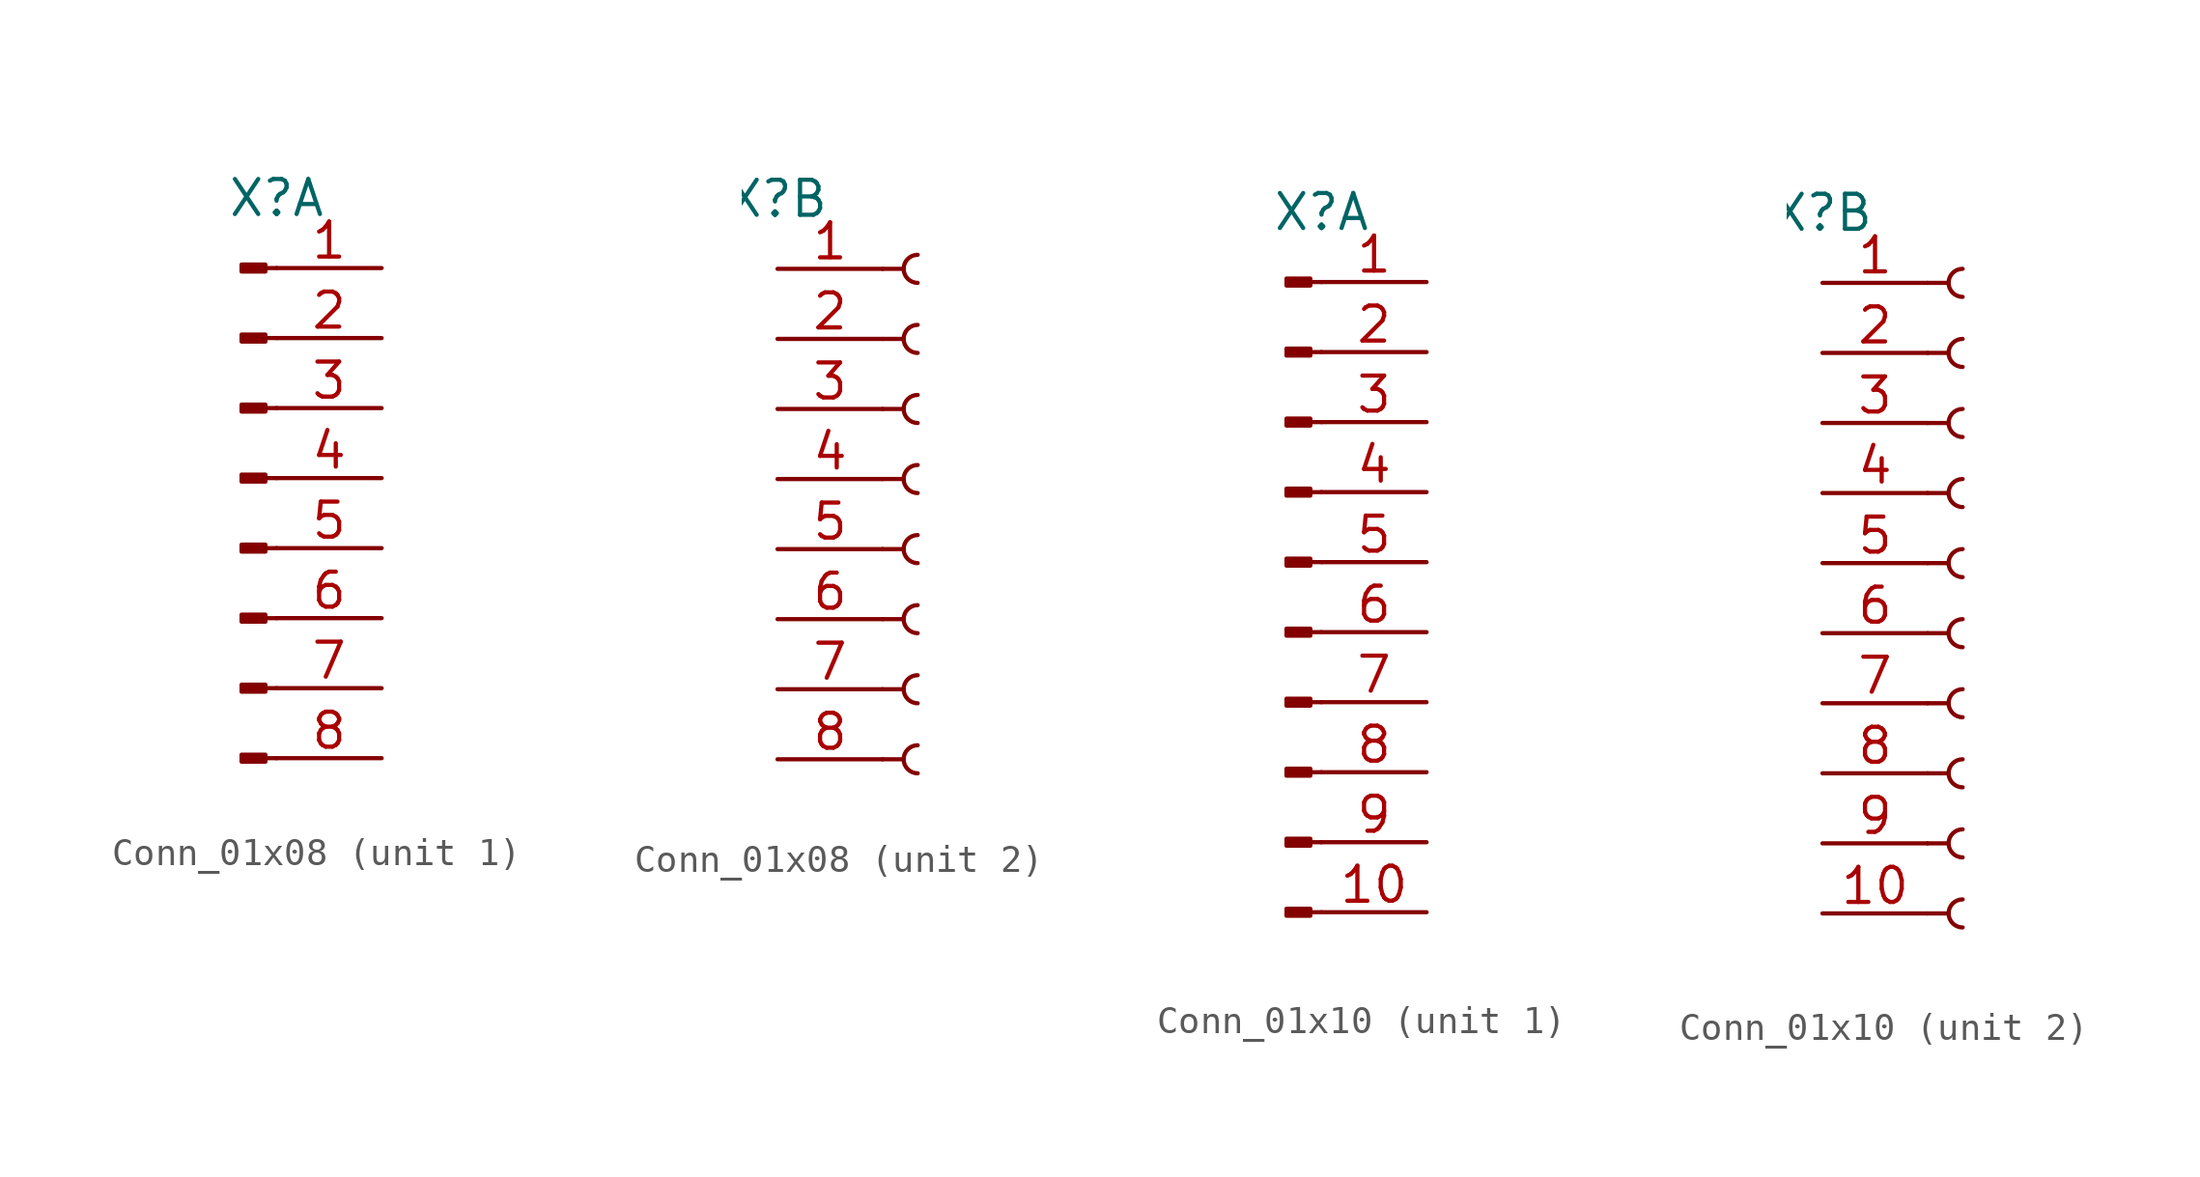
<source format=kicad_sym>
(kicad_symbol_lib
  (version 20241209)
  (generator "kicad_symbol_editor")
  (generator_version "9.0")
  (symbol "Conn_01x08"
    (pin_names
      (offset 1.016)
      (hide yes))
    (property "Reference" "X"
      (at 0 10.16 0)
      (do_not_autoplace)
      (effects (font (size 1.27 1.27))))
    (property "ki_locked" ""
      (at 0 0 0)
      (effects (font (size 1.27 1.27))))
    (symbol "Conn_01x08_1_1"
      (rectangle (start -0.406 7.747) (end -1.27 7.493) (stroke (width 0.152) (type default)) (fill (type outline)))
      (rectangle (start -0.406 5.207) (end -1.27 4.953) (stroke (width 0.152) (type default)) (fill (type outline)))
      (rectangle (start -0.406 2.667) (end -1.27 2.413) (stroke (width 0.152) (type default)) (fill (type outline)))
      (rectangle (start -0.406 0.127) (end -1.27 -0.127) (stroke (width 0.152) (type default)) (fill (type outline)))
      (rectangle (start -0.406 -2.413) (end -1.27 -2.667) (stroke (width 0.152) (type default)) (fill (type outline)))
      (rectangle (start -0.406 -4.953) (end -1.27 -5.207) (stroke (width 0.152) (type default)) (fill (type outline)))
      (rectangle (start -0.406 -7.493) (end -1.27 -7.747) (stroke (width 0.152) (type default)) (fill (type outline)))
      (rectangle (start -0.406 -10.033) (end -1.27 -10.287) (stroke (width 0.152) (type default)) (fill (type outline)))
      (polyline (pts (xy 0 7.62) (xy -0.406 7.62)) (stroke (width 0.152) (type default)) (fill (type none)))
      (polyline (pts (xy 0 5.08) (xy -0.406 5.08)) (stroke (width 0.152) (type default)) (fill (type none)))
      (polyline (pts (xy 0 2.54) (xy -0.406 2.54)) (stroke (width 0.152) (type default)) (fill (type none)))
      (polyline (pts (xy 0 0) (xy -0.406 0)) (stroke (width 0.152) (type default)) (fill (type none)))
      (polyline (pts (xy 0 -2.54) (xy -0.406 -2.54)) (stroke (width 0.152) (type default)) (fill (type none)))
      (polyline (pts (xy 0 -5.08) (xy -0.406 -5.08)) (stroke (width 0.152) (type default)) (fill (type none)))
      (polyline (pts (xy 0 -7.62) (xy -0.406 -7.62)) (stroke (width 0.152) (type default)) (fill (type none)))
      (polyline (pts (xy 0 -10.16) (xy -0.406 -10.16)) (stroke (width 0.152) (type default)) (fill (type none)))
      (pin passive line (at 3.81 7.62 180) (length 3.81) (name "Pin_1" (effects (font (size 1.27 1.27)))) (number "1" (effects (font (size 1.27 1.27)))))
      (pin passive line (at 3.81 5.08 180) (length 3.81) (name "Pin_2" (effects (font (size 1.27 1.27)))) (number "2" (effects (font (size 1.27 1.27)))))
      (pin passive line (at 3.81 2.54 180) (length 3.81) (name "Pin_3" (effects (font (size 1.27 1.27)))) (number "3" (effects (font (size 1.27 1.27)))))
      (pin passive line (at 3.81 0 180) (length 3.81) (name "Pin_4" (effects (font (size 1.27 1.27)))) (number "4" (effects (font (size 1.27 1.27)))))
      (pin passive line (at 3.81 -2.54 180) (length 3.81) (name "Pin_5" (effects (font (size 1.27 1.27)))) (number "5" (effects (font (size 1.27 1.27)))))
      (pin passive line (at 3.81 -5.08 180) (length 3.81) (name "Pin_6" (effects (font (size 1.27 1.27)))) (number "6" (effects (font (size 1.27 1.27)))))
      (pin passive line (at 3.81 -7.62 180) (length 3.81) (name "Pin_7" (effects (font (size 1.27 1.27)))) (number "7" (effects (font (size 1.27 1.27)))))
      (pin passive line (at 3.81 -10.16 180) (length 3.81) (name "Pin_8" (effects (font (size 1.27 1.27)))) (number "8" (effects (font (size 1.27 1.27))))))
    (symbol "Conn_01x08_2_1"
      (polyline (pts (xy 3.81 7.62) (xy 4.572 7.62)) (stroke (width 0.152) (type default)) (fill (type none)))
      (polyline (pts (xy 3.81 5.08) (xy 4.572 5.08)) (stroke (width 0.152) (type default)) (fill (type none)))
      (polyline (pts (xy 3.81 2.54) (xy 4.572 2.54)) (stroke (width 0.152) (type default)) (fill (type none)))
      (polyline (pts (xy 3.81 0) (xy 4.572 0)) (stroke (width 0.152) (type default)) (fill (type none)))
      (polyline (pts (xy 3.81 -2.54) (xy 4.572 -2.54)) (stroke (width 0.152) (type default)) (fill (type none)))
      (polyline (pts (xy 3.81 -5.08) (xy 4.572 -5.08)) (stroke (width 0.152) (type default)) (fill (type none)))
      (polyline (pts (xy 3.81 -7.62) (xy 4.572 -7.62)) (stroke (width 0.152) (type default)) (fill (type none)))
      (polyline (pts (xy 3.81 -10.16) (xy 4.572 -10.16)) (stroke (width 0.152) (type default)) (fill (type none)))
      (arc (start 5.08 7.112) (mid 4.5742 7.62) (end 5.08 8.128) (stroke (width 0.1524) (type default)) (fill (type none)))
      (arc (start 5.08 4.572) (mid 4.5742 5.08) (end 5.08 5.588) (stroke (width 0.1524) (type default)) (fill (type none)))
      (arc (start 5.08 2.032) (mid 4.5742 2.54) (end 5.08 3.048) (stroke (width 0.1524) (type default)) (fill (type none)))
      (arc (start 5.08 -0.508) (mid 4.5742 0) (end 5.08 0.508) (stroke (width 0.1524) (type default)) (fill (type none)))
      (arc (start 5.08 -3.048) (mid 4.5742 -2.54) (end 5.08 -2.032) (stroke (width 0.1524) (type default)) (fill (type none)))
      (arc (start 5.08 -5.588) (mid 4.5742 -5.08) (end 5.08 -4.572) (stroke (width 0.1524) (type default)) (fill (type none)))
      (arc (start 5.08 -8.128) (mid 4.5742 -7.62) (end 5.08 -7.112) (stroke (width 0.1524) (type default)) (fill (type none)))
      (arc (start 5.08 -10.668) (mid 4.5742 -10.16) (end 5.08 -9.652) (stroke (width 0.1524) (type default)) (fill (type none)))
      (pin passive line (at 0 7.62 0) (length 3.81) (name "Pin_1" (effects (font (size 1.27 1.27)))) (number "1" (effects (font (size 1.27 1.27)))))
      (pin passive line (at 0 5.08 0) (length 3.81) (name "Pin_2" (effects (font (size 1.27 1.27)))) (number "2" (effects (font (size 1.27 1.27)))))
      (pin passive line (at 0 2.54 0) (length 3.81) (name "Pin_3" (effects (font (size 1.27 1.27)))) (number "3" (effects (font (size 1.27 1.27)))))
      (pin passive line (at 0 0 0) (length 3.81) (name "Pin_4" (effects (font (size 1.27 1.27)))) (number "4" (effects (font (size 1.27 1.27)))))
      (pin passive line (at 0 -2.54 0) (length 3.81) (name "Pin_5" (effects (font (size 1.27 1.27)))) (number "5" (effects (font (size 1.27 1.27)))))
      (pin passive line (at 0 -5.08 0) (length 3.81) (name "Pin_6" (effects (font (size 1.27 1.27)))) (number "6" (effects (font (size 1.27 1.27)))))
      (pin passive line (at 0 -7.62 0) (length 3.81) (name "Pin_7" (effects (font (size 1.27 1.27)))) (number "7" (effects (font (size 1.27 1.27)))))
      (pin passive line (at 0 -10.16 0) (length 3.81) (name "Pin_8" (effects (font (size 1.27 1.27)))) (number "8" (effects (font (size 1.27 1.27)))))))
  (symbol "Conn_01x10"
    (pin_names
      (offset 1.016)
      (hide yes))
    (property "Reference" "X"
      (at 0 12.7 0)
      (do_not_autoplace)
      (effects (font (size 1.27 1.27))))
    (property "ki_locked" ""
      (at 0 0 0)
      (effects (font (size 1.27 1.27))))
    (symbol "Conn_01x10_1_1"
      (rectangle (start -0.406 10.287) (end -1.27 10.033) (stroke (width 0.152) (type default)) (fill (type outline)))
      (rectangle (start -0.406 7.747) (end -1.27 7.493) (stroke (width 0.152) (type default)) (fill (type outline)))
      (rectangle (start -0.406 5.207) (end -1.27 4.953) (stroke (width 0.152) (type default)) (fill (type outline)))
      (rectangle (start -0.406 2.667) (end -1.27 2.413) (stroke (width 0.152) (type default)) (fill (type outline)))
      (rectangle (start -0.406 0.127) (end -1.27 -0.127) (stroke (width 0.152) (type default)) (fill (type outline)))
      (rectangle (start -0.406 -2.413) (end -1.27 -2.667) (stroke (width 0.152) (type default)) (fill (type outline)))
      (rectangle (start -0.406 -4.953) (end -1.27 -5.207) (stroke (width 0.152) (type default)) (fill (type outline)))
      (rectangle (start -0.406 -7.493) (end -1.27 -7.747) (stroke (width 0.152) (type default)) (fill (type outline)))
      (rectangle (start -0.406 -10.033) (end -1.27 -10.287) (stroke (width 0.152) (type default)) (fill (type outline)))
      (rectangle (start -0.406 -12.573) (end -1.27 -12.827) (stroke (width 0.152) (type default)) (fill (type outline)))
      (polyline (pts (xy 0 10.16) (xy -0.406 10.16)) (stroke (width 0.152) (type default)) (fill (type none)))
      (polyline (pts (xy 0 7.62) (xy -0.406 7.62)) (stroke (width 0.152) (type default)) (fill (type none)))
      (polyline (pts (xy 0 5.08) (xy -0.406 5.08)) (stroke (width 0.152) (type default)) (fill (type none)))
      (polyline (pts (xy 0 2.54) (xy -0.406 2.54)) (stroke (width 0.152) (type default)) (fill (type none)))
      (polyline (pts (xy 0 0) (xy -0.406 0)) (stroke (width 0.152) (type default)) (fill (type none)))
      (polyline (pts (xy 0 -2.54) (xy -0.406 -2.54)) (stroke (width 0.152) (type default)) (fill (type none)))
      (polyline (pts (xy 0 -5.08) (xy -0.406 -5.08)) (stroke (width 0.152) (type default)) (fill (type none)))
      (polyline (pts (xy 0 -7.62) (xy -0.406 -7.62)) (stroke (width 0.152) (type default)) (fill (type none)))
      (polyline (pts (xy 0 -10.16) (xy -0.406 -10.16)) (stroke (width 0.152) (type default)) (fill (type none)))
      (polyline (pts (xy 0 -12.7) (xy -0.406 -12.7)) (stroke (width 0.152) (type default)) (fill (type none)))
      (pin passive line (at 3.81 10.16 180) (length 3.81) (name "Pin_1" (effects (font (size 1.27 1.27)))) (number "1" (effects (font (size 1.27 1.27)))))
      (pin passive line (at 3.81 7.62 180) (length 3.81) (name "Pin_2" (effects (font (size 1.27 1.27)))) (number "2" (effects (font (size 1.27 1.27)))))
      (pin passive line (at 3.81 5.08 180) (length 3.81) (name "Pin_3" (effects (font (size 1.27 1.27)))) (number "3" (effects (font (size 1.27 1.27)))))
      (pin passive line (at 3.81 2.54 180) (length 3.81) (name "Pin_4" (effects (font (size 1.27 1.27)))) (number "4" (effects (font (size 1.27 1.27)))))
      (pin passive line (at 3.81 0 180) (length 3.81) (name "Pin_5" (effects (font (size 1.27 1.27)))) (number "5" (effects (font (size 1.27 1.27)))))
      (pin passive line (at 3.81 -2.54 180) (length 3.81) (name "Pin_6" (effects (font (size 1.27 1.27)))) (number "6" (effects (font (size 1.27 1.27)))))
      (pin passive line (at 3.81 -5.08 180) (length 3.81) (name "Pin_7" (effects (font (size 1.27 1.27)))) (number "7" (effects (font (size 1.27 1.27)))))
      (pin passive line (at 3.81 -7.62 180) (length 3.81) (name "Pin_8" (effects (font (size 1.27 1.27)))) (number "8" (effects (font (size 1.27 1.27)))))
      (pin passive line (at 3.81 -10.16 180) (length 3.81) (name "Pin_9" (effects (font (size 1.27 1.27)))) (number "9" (effects (font (size 1.27 1.27)))))
      (pin passive line (at 3.81 -12.7 180) (length 3.81) (name "Pin_10" (effects (font (size 1.27 1.27)))) (number "10" (effects (font (size 1.27 1.27))))))
    (symbol "Conn_01x10_2_1"
      (polyline (pts (xy 3.81 10.16) (xy 4.572 10.16)) (stroke (width 0.152) (type default)) (fill (type none)))
      (polyline (pts (xy 3.81 7.62) (xy 4.572 7.62)) (stroke (width 0.152) (type default)) (fill (type none)))
      (polyline (pts (xy 3.81 5.08) (xy 4.572 5.08)) (stroke (width 0.152) (type default)) (fill (type none)))
      (polyline (pts (xy 3.81 2.54) (xy 4.572 2.54)) (stroke (width 0.152) (type default)) (fill (type none)))
      (polyline (pts (xy 3.81 0) (xy 4.572 0)) (stroke (width 0.152) (type default)) (fill (type none)))
      (polyline (pts (xy 3.81 -2.54) (xy 4.572 -2.54)) (stroke (width 0.152) (type default)) (fill (type none)))
      (polyline (pts (xy 3.81 -5.08) (xy 4.572 -5.08)) (stroke (width 0.152) (type default)) (fill (type none)))
      (polyline (pts (xy 3.81 -7.62) (xy 4.572 -7.62)) (stroke (width 0.152) (type default)) (fill (type none)))
      (polyline (pts (xy 3.81 -10.16) (xy 4.572 -10.16)) (stroke (width 0.152) (type default)) (fill (type none)))
      (polyline (pts (xy 3.81 -12.7) (xy 4.572 -12.7)) (stroke (width 0.152) (type default)) (fill (type none)))
      (arc (start 5.08 9.652) (mid 4.5742 10.16) (end 5.08 10.668) (stroke (width 0.1524) (type default)) (fill (type none)))
      (arc (start 5.08 7.112) (mid 4.5742 7.62) (end 5.08 8.128) (stroke (width 0.1524) (type default)) (fill (type none)))
      (arc (start 5.08 4.572) (mid 4.5742 5.08) (end 5.08 5.588) (stroke (width 0.1524) (type default)) (fill (type none)))
      (arc (start 5.08 2.032) (mid 4.5742 2.54) (end 5.08 3.048) (stroke (width 0.1524) (type default)) (fill (type none)))
      (arc (start 5.08 -0.508) (mid 4.5742 0) (end 5.08 0.508) (stroke (width 0.1524) (type default)) (fill (type none)))
      (arc (start 5.08 -3.048) (mid 4.5742 -2.54) (end 5.08 -2.032) (stroke (width 0.1524) (type default)) (fill (type none)))
      (arc (start 5.08 -5.588) (mid 4.5742 -5.08) (end 5.08 -4.572) (stroke (width 0.1524) (type default)) (fill (type none)))
      (arc (start 5.08 -8.128) (mid 4.5742 -7.62) (end 5.08 -7.112) (stroke (width 0.1524) (type default)) (fill (type none)))
      (arc (start 5.08 -10.668) (mid 4.5742 -10.16) (end 5.08 -9.652) (stroke (width 0.1524) (type default)) (fill (type none)))
      (arc (start 5.08 -13.208) (mid 4.5742 -12.7) (end 5.08 -12.192) (stroke (width 0.1524) (type default)) (fill (type none)))
      (pin passive line (at 0 10.16 0) (length 3.81) (name "Pin_1" (effects (font (size 1.27 1.27)))) (number "1" (effects (font (size 1.27 1.27)))))
      (pin passive line (at 0 7.62 0) (length 3.81) (name "Pin_2" (effects (font (size 1.27 1.27)))) (number "2" (effects (font (size 1.27 1.27)))))
      (pin passive line (at 0 5.08 0) (length 3.81) (name "Pin_3" (effects (font (size 1.27 1.27)))) (number "3" (effects (font (size 1.27 1.27)))))
      (pin passive line (at 0 2.54 0) (length 3.81) (name "Pin_4" (effects (font (size 1.27 1.27)))) (number "4" (effects (font (size 1.27 1.27)))))
      (pin passive line (at 0 0 0) (length 3.81) (name "Pin_5" (effects (font (size 1.27 1.27)))) (number "5" (effects (font (size 1.27 1.27)))))
      (pin passive line (at 0 -2.54 0) (length 3.81) (name "Pin_6" (effects (font (size 1.27 1.27)))) (number "6" (effects (font (size 1.27 1.27)))))
      (pin passive line (at 0 -5.08 0) (length 3.81) (name "Pin_7" (effects (font (size 1.27 1.27)))) (number "7" (effects (font (size 1.27 1.27)))))
      (pin passive line (at 0 -7.62 0) (length 3.81) (name "Pin_8" (effects (font (size 1.27 1.27)))) (number "8" (effects (font (size 1.27 1.27)))))
      (pin passive line (at 0 -10.16 0) (length 3.81) (name "Pin_9" (effects (font (size 1.27 1.27)))) (number "9" (effects (font (size 1.27 1.27)))))
      (pin passive line (at 0 -12.7 0) (length 3.81) (name "Pin_10" (effects (font (size 1.27 1.27)))) (number "10" (effects (font (size 1.27 1.27))))))))
</source>
